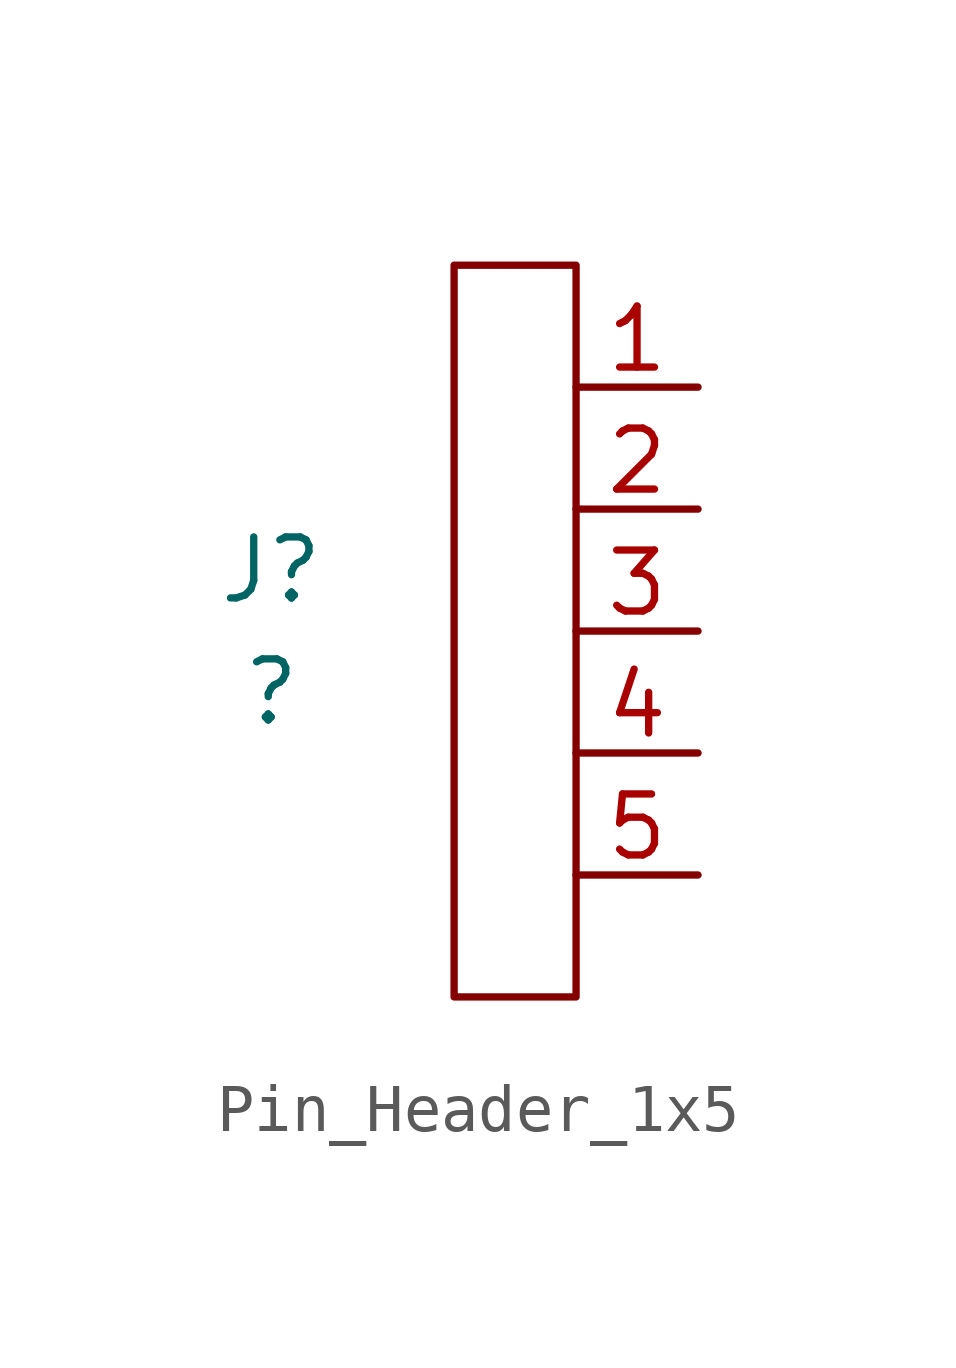
<source format=kicad_sym>
(kicad_symbol_lib
  (version 20231120)
  (generator "kicad_symbol_editor")
  (generator_version "8.0")
  (symbol "Pin_Header_1x5"
    (pin_names hide)
    (property "Reference" "J"
      (at -8.89 -3.81 0)
      (effects (font (size 1.27 1.27))))
    (property "Value" "?"
      (at -8.89 -6.35 0)
      (effects (font (size 1.27 1.27))))
    (symbol "Pin_Header_1x5_0_1"
      (rectangle (start -5.08 2.54) (end -2.54 -12.7) (stroke (width 0) (type default)) (fill (type none))))
    (symbol "Pin_Header_1x5_1_1"
      (pin passive line (at 0 0 180) (length 2.54) (name "1" (effects (font (size 1.27 1.27)))) (number "1" (effects (font (size 1.27 1.27)))))
      (pin passive line (at 0 -2.54 180) (length 2.54) (name "2" (effects (font (size 1.27 1.27)))) (number "2" (effects (font (size 1.27 1.27)))))
      (pin passive line (at 0 -5.08 180) (length 2.54) (name "3" (effects (font (size 1.27 1.27)))) (number "3" (effects (font (size 1.27 1.27)))))
      (pin passive line (at 0 -7.62 180) (length 2.54) (name "4" (effects (font (size 1.27 1.27)))) (number "4" (effects (font (size 1.27 1.27)))))
      (pin passive line (at 0 -10.16 180) (length 2.54) (name "5" (effects (font (size 1.27 1.27)))) (number "5" (effects (font (size 1.27 1.27))))))))
</source>
